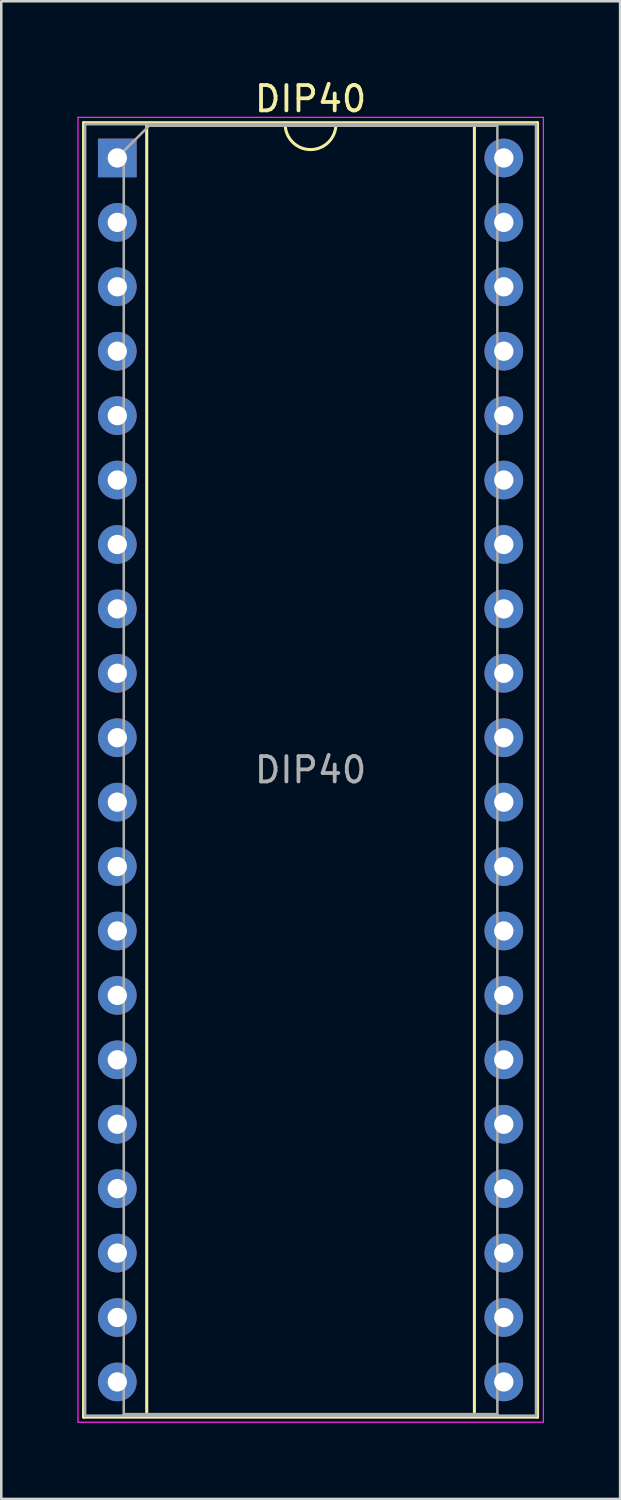
<source format=kicad_pcb>
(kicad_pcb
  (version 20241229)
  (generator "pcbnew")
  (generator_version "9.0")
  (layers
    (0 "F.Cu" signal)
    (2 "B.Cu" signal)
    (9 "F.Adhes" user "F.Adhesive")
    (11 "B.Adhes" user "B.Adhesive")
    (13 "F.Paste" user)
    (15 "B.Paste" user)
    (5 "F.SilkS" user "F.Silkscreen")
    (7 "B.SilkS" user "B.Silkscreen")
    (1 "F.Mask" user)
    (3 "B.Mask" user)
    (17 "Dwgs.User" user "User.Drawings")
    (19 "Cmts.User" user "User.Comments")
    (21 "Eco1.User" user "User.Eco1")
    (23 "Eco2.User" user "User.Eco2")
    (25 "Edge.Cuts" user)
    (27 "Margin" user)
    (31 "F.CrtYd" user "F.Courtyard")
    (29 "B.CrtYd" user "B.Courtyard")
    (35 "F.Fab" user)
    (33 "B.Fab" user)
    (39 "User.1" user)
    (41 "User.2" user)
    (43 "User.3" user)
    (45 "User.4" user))
  (footprint "DIP40"
    (layer "F.Cu")
    (at 1.575 3.178)
    (property "Reference" "DIP40" (at 7.62 -2.33 0) (layer "F.SilkS") (effects (font (size 1 1) (thickness 0.15))))
    (attr through_hole)
    (fp_line (start -1.33 -1.39) (end -1.33 49.65) (stroke (width 0.12) (type solid)) (layer "F.SilkS"))
    (fp_line (start -1.33 49.65) (end 16.57 49.65) (stroke (width 0.12) (type solid)) (layer "F.SilkS"))
    (fp_line (start 1.16 -1.33) (end 1.16 49.59) (stroke (width 0.12) (type solid)) (layer "F.SilkS"))
    (fp_line (start 1.16 49.59) (end 14.08 49.59) (stroke (width 0.12) (type solid)) (layer "F.SilkS"))
    (fp_line (start 6.62 -1.33) (end 1.16 -1.33) (stroke (width 0.12) (type solid)) (layer "F.SilkS"))
    (fp_line (start 14.08 -1.33) (end 8.62 -1.33) (stroke (width 0.12) (type solid)) (layer "F.SilkS"))
    (fp_line (start 14.08 49.59) (end 14.08 -1.33) (stroke (width 0.12) (type solid)) (layer "F.SilkS"))
    (fp_line (start 16.57 -1.39) (end -1.33 -1.39) (stroke (width 0.12) (type solid)) (layer "F.SilkS"))
    (fp_line (start 16.57 49.65) (end 16.57 -1.39) (stroke (width 0.12) (type solid)) (layer "F.SilkS"))
    (fp_arc (start 8.62 -1.33) (mid 7.62 -0.33) (end 6.62 -1.33) (stroke (width 0.12) (type solid)) (layer "F.SilkS"))
    (fp_line (start -1.55 -1.6) (end -1.55 49.85) (stroke (width 0.05) (type solid)) (layer "F.CrtYd"))
    (fp_line (start -1.55 49.85) (end 16.8 49.85) (stroke (width 0.05) (type solid)) (layer "F.CrtYd"))
    (fp_line (start 16.8 -1.6) (end -1.55 -1.6) (stroke (width 0.05) (type solid)) (layer "F.CrtYd"))
    (fp_line (start 16.8 49.85) (end 16.8 -1.6) (stroke (width 0.05) (type solid)) (layer "F.CrtYd"))
    (fp_line (start -1.27 -1.33) (end -1.27 49.59) (stroke (width 0.1) (type solid)) (layer "F.Fab"))
    (fp_line (start -1.27 49.59) (end 16.51 49.59) (stroke (width 0.1) (type solid)) (layer "F.Fab"))
    (fp_line (start 0.255 -0.27) (end 1.255 -1.27) (stroke (width 0.1) (type solid)) (layer "F.Fab"))
    (fp_line (start 0.255 49.53) (end 0.255 -0.27) (stroke (width 0.1) (type solid)) (layer "F.Fab"))
    (fp_line (start 1.255 -1.27) (end 14.985 -1.27) (stroke (width 0.1) (type solid)) (layer "F.Fab"))
    (fp_line (start 14.985 -1.27) (end 14.985 49.53) (stroke (width 0.1) (type solid)) (layer "F.Fab"))
    (fp_line (start 14.985 49.53) (end 0.255 49.53) (stroke (width 0.1) (type solid)) (layer "F.Fab"))
    (fp_line (start 16.51 -1.33) (end -1.27 -1.33) (stroke (width 0.1) (type solid)) (layer "F.Fab"))
    (fp_line (start 16.51 49.59) (end 16.51 -1.33) (stroke (width 0.1) (type solid)) (layer "F.Fab"))
    (fp_text user "${REFERENCE}" (at 7.62 24.13 0) (layer "F.Fab") (effects (font (size 1 1) (thickness 0.15))))
    (pad "1" thru_hole rect (at 0 0) (size 1.524 1.524) (drill 0.762) (layers "*.Cu" "*.Mask"))
    (pad "2" thru_hole oval (at 0 2.54) (size 1.524 1.524) (drill 0.762) (layers "*.Cu" "*.Mask"))
    (pad "3" thru_hole oval (at 0 5.08) (size 1.524 1.524) (drill 0.762) (layers "*.Cu" "*.Mask"))
    (pad "4" thru_hole oval (at 0 7.62) (size 1.524 1.524) (drill 0.762) (layers "*.Cu" "*.Mask"))
    (pad "5" thru_hole oval (at 0 10.16) (size 1.524 1.524) (drill 0.762) (layers "*.Cu" "*.Mask"))
    (pad "6" thru_hole oval (at 0 12.7) (size 1.524 1.524) (drill 0.762) (layers "*.Cu" "*.Mask"))
    (pad "7" thru_hole oval (at 0 15.24) (size 1.524 1.524) (drill 0.762) (layers "*.Cu" "*.Mask"))
    (pad "8" thru_hole oval (at 0 17.78) (size 1.524 1.524) (drill 0.762) (layers "*.Cu" "*.Mask"))
    (pad "9" thru_hole oval (at 0 20.32) (size 1.524 1.524) (drill 0.762) (layers "*.Cu" "*.Mask"))
    (pad "10" thru_hole oval (at 0 22.86) (size 1.524 1.524) (drill 0.762) (layers "*.Cu" "*.Mask"))
    (pad "11" thru_hole oval (at 0 25.4) (size 1.524 1.524) (drill 0.762) (layers "*.Cu" "*.Mask"))
    (pad "12" thru_hole oval (at 0 27.94) (size 1.524 1.524) (drill 0.762) (layers "*.Cu" "*.Mask"))
    (pad "13" thru_hole oval (at 0 30.48) (size 1.524 1.524) (drill 0.762) (layers "*.Cu" "*.Mask"))
    (pad "14" thru_hole oval (at 0 33.02) (size 1.524 1.524) (drill 0.762) (layers "*.Cu" "*.Mask"))
    (pad "15" thru_hole oval (at 0 35.56) (size 1.524 1.524) (drill 0.762) (layers "*.Cu" "*.Mask"))
    (pad "16" thru_hole oval (at 0 38.1) (size 1.524 1.524) (drill 0.762) (layers "*.Cu" "*.Mask"))
    (pad "17" thru_hole oval (at 0 40.64) (size 1.524 1.524) (drill 0.762) (layers "*.Cu" "*.Mask"))
    (pad "18" thru_hole oval (at 0 43.18) (size 1.524 1.524) (drill 0.762) (layers "*.Cu" "*.Mask"))
    (pad "19" thru_hole oval (at 0 45.72) (size 1.524 1.524) (drill 0.762) (layers "*.Cu" "*.Mask"))
    (pad "20" thru_hole oval (at 0 48.26) (size 1.524 1.524) (drill 0.762) (layers "*.Cu" "*.Mask"))
    (pad "21" thru_hole oval (at 15.24 48.26) (size 1.524 1.524) (drill 0.762) (layers "*.Cu" "*.Mask"))
    (pad "22" thru_hole oval (at 15.24 45.72) (size 1.524 1.524) (drill 0.762) (layers "*.Cu" "*.Mask"))
    (pad "23" thru_hole oval (at 15.24 43.18) (size 1.524 1.524) (drill 0.762) (layers "*.Cu" "*.Mask"))
    (pad "24" thru_hole oval (at 15.24 40.64) (size 1.524 1.524) (drill 0.762) (layers "*.Cu" "*.Mask"))
    (pad "25" thru_hole oval (at 15.24 38.1) (size 1.524 1.524) (drill 0.762) (layers "*.Cu" "*.Mask"))
    (pad "26" thru_hole oval (at 15.24 35.56) (size 1.524 1.524) (drill 0.762) (layers "*.Cu" "*.Mask"))
    (pad "27" thru_hole oval (at 15.24 33.02) (size 1.524 1.524) (drill 0.762) (layers "*.Cu" "*.Mask"))
    (pad "28" thru_hole oval (at 15.24 30.48) (size 1.524 1.524) (drill 0.762) (layers "*.Cu" "*.Mask"))
    (pad "29" thru_hole oval (at 15.24 27.94) (size 1.524 1.524) (drill 0.762) (layers "*.Cu" "*.Mask"))
    (pad "30" thru_hole oval (at 15.24 25.4) (size 1.524 1.524) (drill 0.762) (layers "*.Cu" "*.Mask"))
    (pad "31" thru_hole oval (at 15.24 22.86) (size 1.524 1.524) (drill 0.762) (layers "*.Cu" "*.Mask"))
    (pad "32" thru_hole oval (at 15.24 20.32) (size 1.524 1.524) (drill 0.762) (layers "*.Cu" "*.Mask"))
    (pad "33" thru_hole oval (at 15.24 17.78) (size 1.524 1.524) (drill 0.762) (layers "*.Cu" "*.Mask"))
    (pad "34" thru_hole oval (at 15.24 15.24) (size 1.524 1.524) (drill 0.762) (layers "*.Cu" "*.Mask"))
    (pad "35" thru_hole oval (at 15.24 12.7) (size 1.524 1.524) (drill 0.762) (layers "*.Cu" "*.Mask"))
    (pad "36" thru_hole oval (at 15.24 10.16) (size 1.524 1.524) (drill 0.762) (layers "*.Cu" "*.Mask"))
    (pad "37" thru_hole oval (at 15.24 7.62) (size 1.524 1.524) (drill 0.762) (layers "*.Cu" "*.Mask"))
    (pad "38" thru_hole oval (at 15.24 5.08) (size 1.524 1.524) (drill 0.762) (layers "*.Cu" "*.Mask"))
    (pad "39" thru_hole oval (at 15.24 2.54) (size 1.524 1.524) (drill 0.762) (layers "*.Cu" "*.Mask"))
    (pad "40" thru_hole oval (at 15.24 0) (size 1.524 1.524) (drill 0.762) (layers "*.Cu" "*.Mask")))
  (gr_rect
    (start -3 -3)
    (end 21.4 56.053)
    (stroke (width 0.1) (type default))
    (fill no)
    (layer "Edge.Cuts")))
</source>
